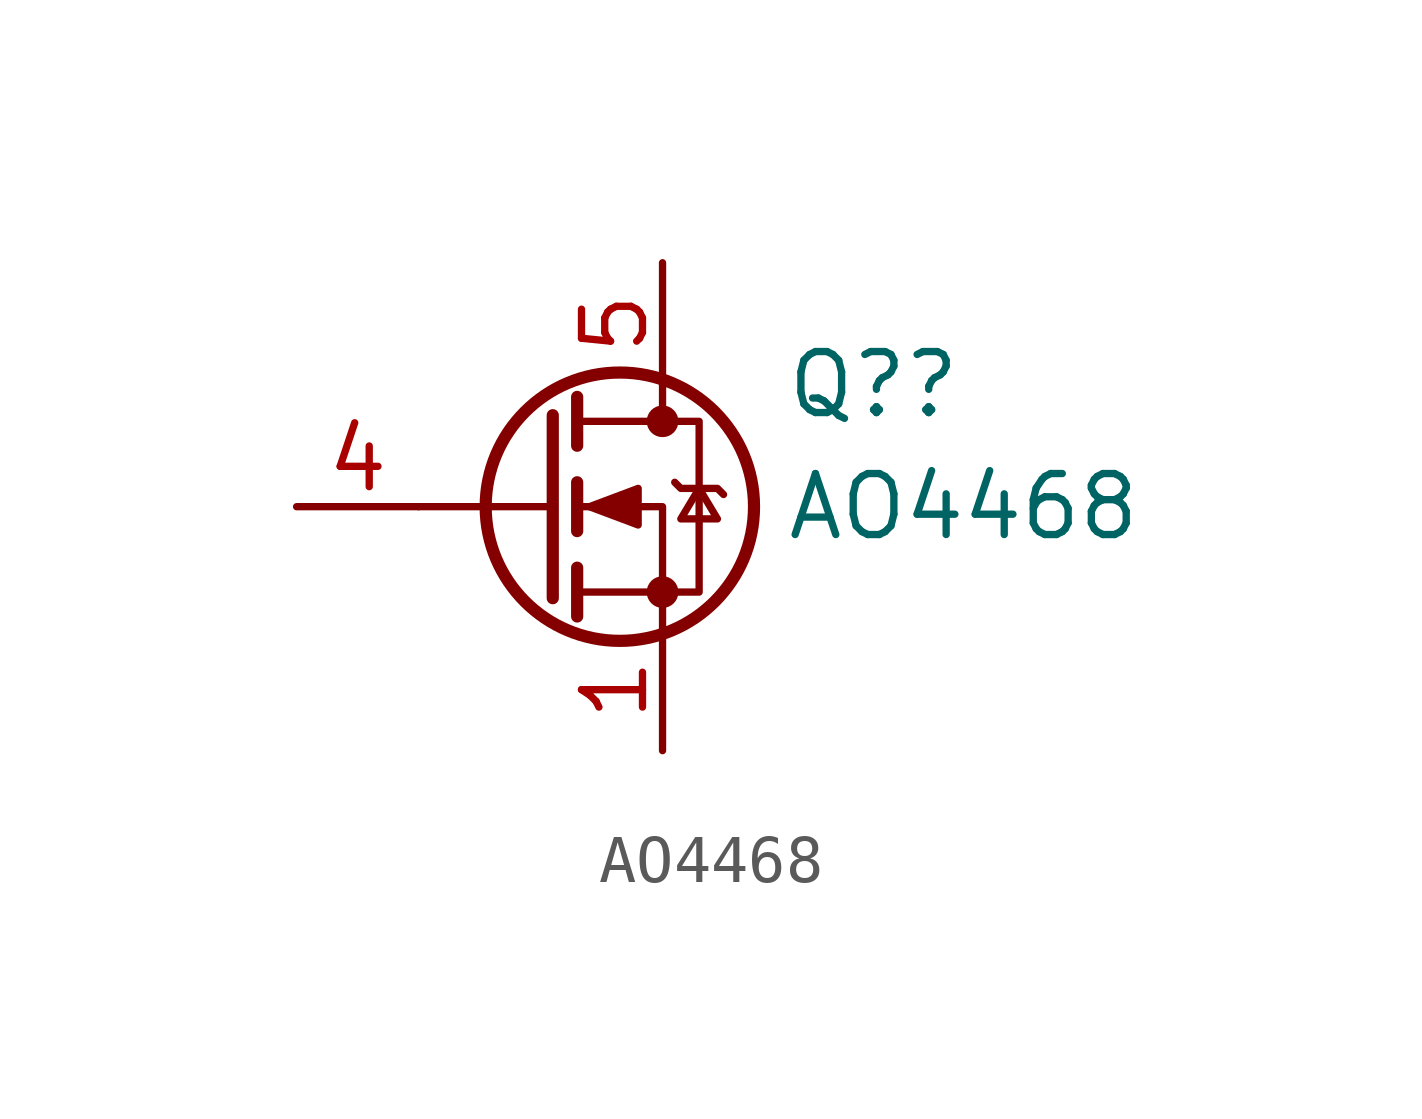
<source format=kicad_sym>
(kicad_symbol_lib
  (version 20231120)
  (generator "kicad_symbol_editor")
  (generator_version "8.0")
  (symbol "AO4468"
    (pin_names hide)
    (property "Reference" "Q?"
      (at 5.08 2.54 0)
      (effects (font (size 1.27 1.27)) (justify left)))
    (property "Value" "AO4468"
      (at 5.08 0 0)
      (effects (font (size 1.27 1.27)) (justify left)))
    (symbol "AO4468_0_1"
      (polyline (pts (xy 0.254 0) (xy -2.54 0)) (stroke (width 0) (type default)) (fill (type none)))
      (polyline (pts (xy 0.254 1.905) (xy 0.254 -1.905)) (stroke (width 0.254) (type default)) (fill (type none)))
      (polyline (pts (xy 0.762 -1.27) (xy 0.762 -2.286)) (stroke (width 0.254) (type default)) (fill (type none)))
      (polyline (pts (xy 0.762 0.508) (xy 0.762 -0.508)) (stroke (width 0.254) (type default)) (fill (type none)))
      (polyline (pts (xy 0.762 2.286) (xy 0.762 1.27)) (stroke (width 0.254) (type default)) (fill (type none)))
      (polyline (pts (xy 2.54 2.54) (xy 2.54 1.778)) (stroke (width 0) (type default)) (fill (type none)))
      (polyline (pts (xy 2.54 -2.54) (xy 2.54 0) (xy 0.762 0)) (stroke (width 0) (type default)) (fill (type none)))
      (polyline (pts (xy 0.762 -1.778) (xy 3.302 -1.778) (xy 3.302 1.778) (xy 0.762 1.778)) (stroke (width 0) (type default)) (fill (type none)))
      (polyline (pts (xy 1.016 0) (xy 2.032 0.381) (xy 2.032 -0.381) (xy 1.016 0)) (stroke (width 0) (type default)) (fill (type outline)))
      (polyline (pts (xy 2.794 0.508) (xy 2.921 0.381) (xy 3.683 0.381) (xy 3.81 0.254)) (stroke (width 0) (type default)) (fill (type none)))
      (polyline (pts (xy 3.302 0.381) (xy 2.921 -0.254) (xy 3.683 -0.254) (xy 3.302 0.381)) (stroke (width 0) (type default)) (fill (type none)))
      (circle (center 1.651 0) (radius 2.794) (stroke (width 0.254) (type default)) (fill (type none)))
      (circle (center 2.54 -1.778) (radius 0.254) (stroke (width 0) (type default)) (fill (type outline)))
      (circle (center 2.54 1.778) (radius 0.254) (stroke (width 0) (type default)) (fill (type outline))))
    (symbol "AO4468_1_1"
      (pin passive line (at 2.54 -5.08 90) (length 2.54) (name "S" (effects (font (size 1.27 1.27)))) (number "1" (effects (font (size 1.27 1.27)))))
      (pin passive line (at 2.54 -5.08 90) (length 2.54) hide (name "S" (effects (font (size 1.27 1.27)))) (number "2" (effects (font (size 1.27 1.27)))))
      (pin passive line (at 2.54 -5.08 90) (length 2.54) hide (name "S" (effects (font (size 1.27 1.27)))) (number "3" (effects (font (size 1.27 1.27)))))
      (pin input line (at -5.08 0 0) (length 2.54) (name "G" (effects (font (size 1.27 1.27)))) (number "4" (effects (font (size 1.27 1.27)))))
      (pin passive line (at 2.54 5.08 270) (length 2.54) (name "D" (effects (font (size 1.27 1.27)))) (number "5" (effects (font (size 1.27 1.27)))))
      (pin passive line (at 2.54 5.08 270) (length 2.54) hide (name "D" (effects (font (size 1.27 1.27)))) (number "6" (effects (font (size 1.27 1.27)))))
      (pin passive line (at 2.54 5.08 270) (length 2.54) hide (name "D" (effects (font (size 1.27 1.27)))) (number "7" (effects (font (size 1.27 1.27)))))
      (pin passive line (at 2.54 5.08 270) (length 2.54) hide (name "D" (effects (font (size 1.27 1.27)))) (number "8" (effects (font (size 1.27 1.27)))))
      (pin passive line (at 2.54 5.08 270) (length 2.54) hide (name "D" (effects (font (size 1.27 1.27)))) (number "9" (effects (font (size 1.27 1.27))))))))
</source>
